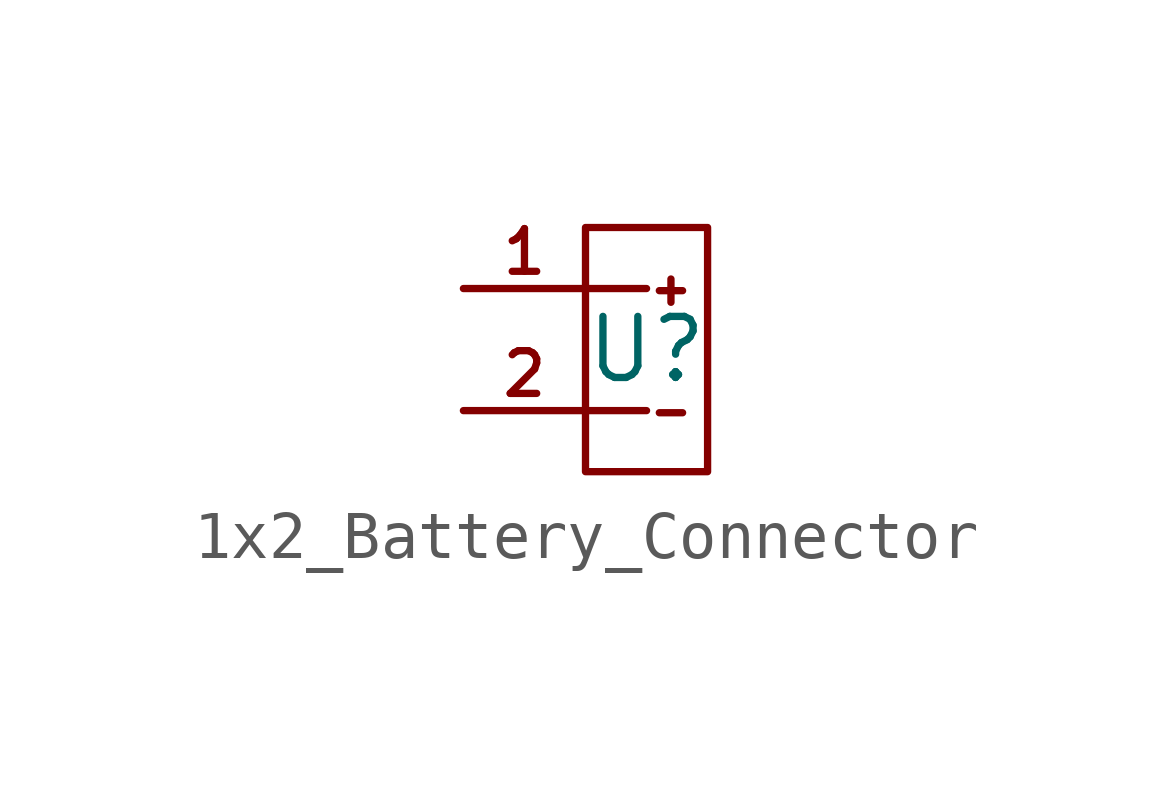
<source format=kicad_sym>
(kicad_symbol_lib
  (version 20241209)
  (generator "kicad_symbol_editor")
  (generator_version "9.0")
  (symbol "1x2_Battery_Connector"
    (property "Reference" "U"
      (at 0 0 0)
      (effects (font (size 1.27 1.27))))
    (property "Value" ""
      (at 0 0 0)
      (effects (font (size 1.27 1.27))))
    (symbol "1x2_Battery_Connector_0_1"
      (rectangle (start -1.27 2.54) (end 1.27 -2.54) (stroke (width 0) (type default)) (fill (type none)))
      (rectangle (start -1.27 1.27) (end -3.81 1.27) (stroke (width 0) (type default)) (fill (type none)))
      (rectangle (start -1.27 1.27) (end 0 1.27) (stroke (width 0) (type default)) (fill (type none)))
      (rectangle (start -1.27 -1.27) (end -3.81 -1.27) (stroke (width 0) (type default)) (fill (type none)))
      (rectangle (start -1.27 -1.27) (end 0 -1.27) (stroke (width 0) (type default)) (fill (type none))))
    (symbol "1x2_Battery_Connector_1_1"
      (text "1" (at -2.54 2.032 0) (effects (font (size 0.889 0.889))))
      (text "2\n" (at -2.54 -0.508 0) (effects (font (size 0.889 0.889))))
      (text "+" (at 0.508 1.27 0) (effects (font (size 0.635 0.635))))
      (text "-" (at 0.508 -1.27 0) (effects (font (size 0.635 0.635)))))))
</source>
